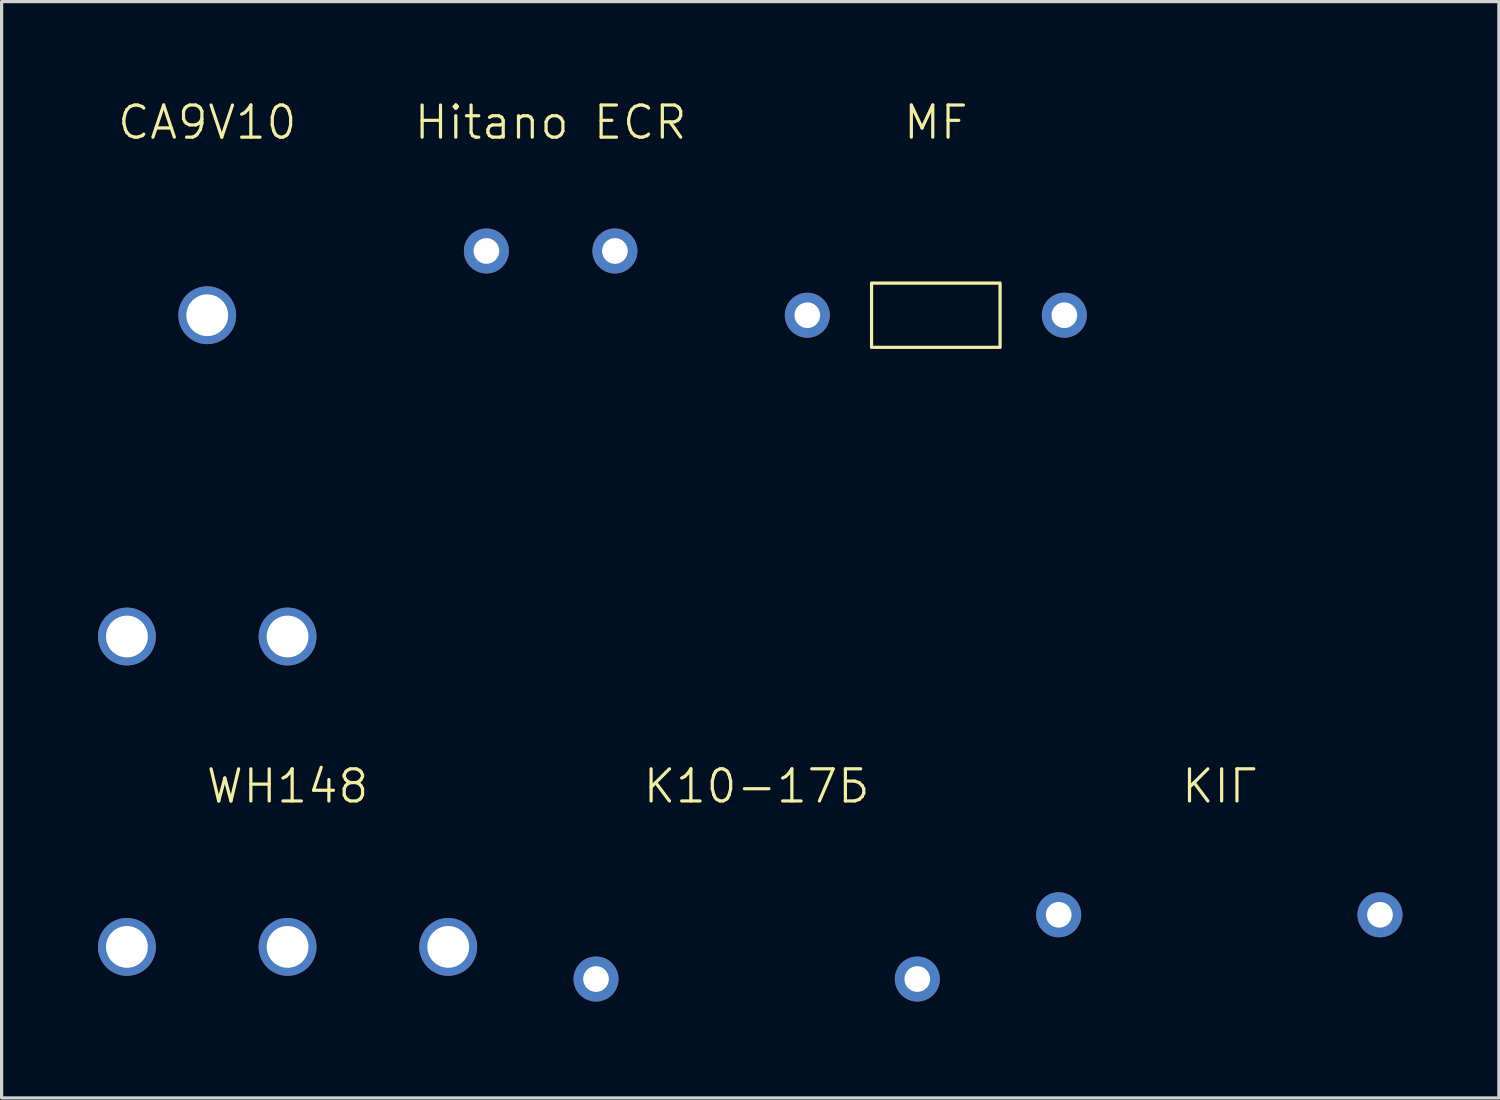
<source format=kicad_pcb>
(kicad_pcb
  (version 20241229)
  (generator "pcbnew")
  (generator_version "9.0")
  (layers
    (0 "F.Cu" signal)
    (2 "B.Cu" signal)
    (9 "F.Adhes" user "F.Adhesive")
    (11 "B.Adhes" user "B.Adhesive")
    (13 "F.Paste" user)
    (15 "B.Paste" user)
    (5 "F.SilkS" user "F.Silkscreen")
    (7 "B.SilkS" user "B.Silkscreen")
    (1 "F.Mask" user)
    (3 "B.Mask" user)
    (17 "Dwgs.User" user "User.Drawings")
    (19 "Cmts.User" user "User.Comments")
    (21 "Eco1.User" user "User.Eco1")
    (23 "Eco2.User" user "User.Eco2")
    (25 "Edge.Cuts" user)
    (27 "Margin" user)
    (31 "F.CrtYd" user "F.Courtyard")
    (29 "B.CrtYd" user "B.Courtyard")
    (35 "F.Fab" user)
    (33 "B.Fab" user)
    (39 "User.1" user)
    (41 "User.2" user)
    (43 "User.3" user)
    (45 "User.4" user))
  (footprint "CA9V10"
    (layer "F.Cu")
    (at 3.4 16.761)
    (property "Reference" "CA9V10" (at 0 -16 0) (unlocked yes) (layer "F.SilkS") (effects (font (size 1 1) (thickness 0.1))))
    (attr through_hole)
    (pad "1" thru_hole circle (at -2.5 0) (size 1.8 1.8) (drill 1.3) (layers "*.Cu" "*.Mask"))
    (pad "2" thru_hole circle (at 0 -10) (size 1.8 1.8) (drill 1.3) (layers "*.Cu" "*.Mask"))
    (pad "3" thru_hole circle (at 2.5 0) (size 1.8 1.8) (drill 1.3) (layers "*.Cu" "*.Mask")))
  (footprint "MF"
    (layer "F.Cu")
    (at 26.076 6.761)
    (property "Reference" "MF" (at 0 -6 0) (unlocked yes) (layer "F.SilkS") (effects (font (size 1 1) (thickness 0.1))))
    (attr through_hole)
    (fp_rect (start -2 -1) (end 2 1) (stroke (width 0.1) (type default)) (fill no) (layer "F.SilkS"))
    (pad "1" thru_hole circle (at -4 0) (size 1.4 1.4) (drill 0.8) (layers "*.Cu" "*.Mask"))
    (pad "2" thru_hole circle (at 4 0 270) (size 1.4 1.4) (drill 0.8) (layers "*.Cu" "*.Mask")))
  (footprint "КІГ"
    (layer "F.Cu")
    (at 34.9 25.421)
    (property "Reference" "КІГ" (at 0 -4 0) (unlocked yes) (layer "F.SilkS") (effects (font (size 1 1) (thickness 0.1))))
    (attr through_hole)
    (pad "1" thru_hole circle (at -5 0) (size 1.4 1.4) (drill 0.8) (layers "*.Cu" "*.Mask"))
    (pad "2" thru_hole circle (at 5 0) (size 1.4 1.4) (drill 0.8) (layers "*.Cu" "*.Mask")))
  (footprint "WH148"
    (layer "F.Cu")
    (at 5.9 26.421)
    (property "Reference" "WH148" (at 0 -5 0) (unlocked yes) (layer "F.SilkS") (effects (font (size 1 1) (thickness 0.1))))
    (attr through_hole)
    (pad "1" thru_hole circle (at -5 0) (size 1.8 1.8) (drill 1.3) (layers "*.Cu" "*.Mask"))
    (pad "2" thru_hole circle (at 0 0) (size 1.8 1.8) (drill 1.3) (layers "*.Cu" "*.Mask"))
    (pad "3" thru_hole circle (at 5 0) (size 1.8 1.8) (drill 1.3) (layers "*.Cu" "*.Mask")))
  (footprint "Hitano ECR"
    (layer "F.Cu")
    (at 14.088 4.761)
    (property "Reference" "Hitano ECR" (at 0 -4 0) (unlocked yes) (layer "F.SilkS") (effects (font (size 1 1) (thickness 0.1))))
    (attr through_hole)
    (pad "1" thru_hole circle (at -2 0) (size 1.4 1.4) (drill 0.8) (layers "*.Cu" "*.Mask"))
    (pad "2" thru_hole circle (at 2 0) (size 1.4 1.4) (drill 0.8) (layers "*.Cu" "*.Mask")))
  (footprint "К10-17Б"
    (layer "F.Cu")
    (at 20.5 27.421)
    (property "Reference" "К10-17Б" (at 0 -6 0) (unlocked yes) (layer "F.SilkS") (effects (font (size 1 1) (thickness 0.1))))
    (attr through_hole)
    (pad "1" thru_hole circle (at -5 0) (size 1.4 1.4) (drill 0.8) (layers "*.Cu" "*.Mask"))
    (pad "2" thru_hole circle (at 5 0) (size 1.4 1.4) (drill 0.8) (layers "*.Cu" "*.Mask")))
  (gr_rect
    (start -3 -3)
    (end 43.6 31.121)
    (stroke (width 0.1) (type default))
    (fill no)
    (layer "Edge.Cuts")))
</source>
